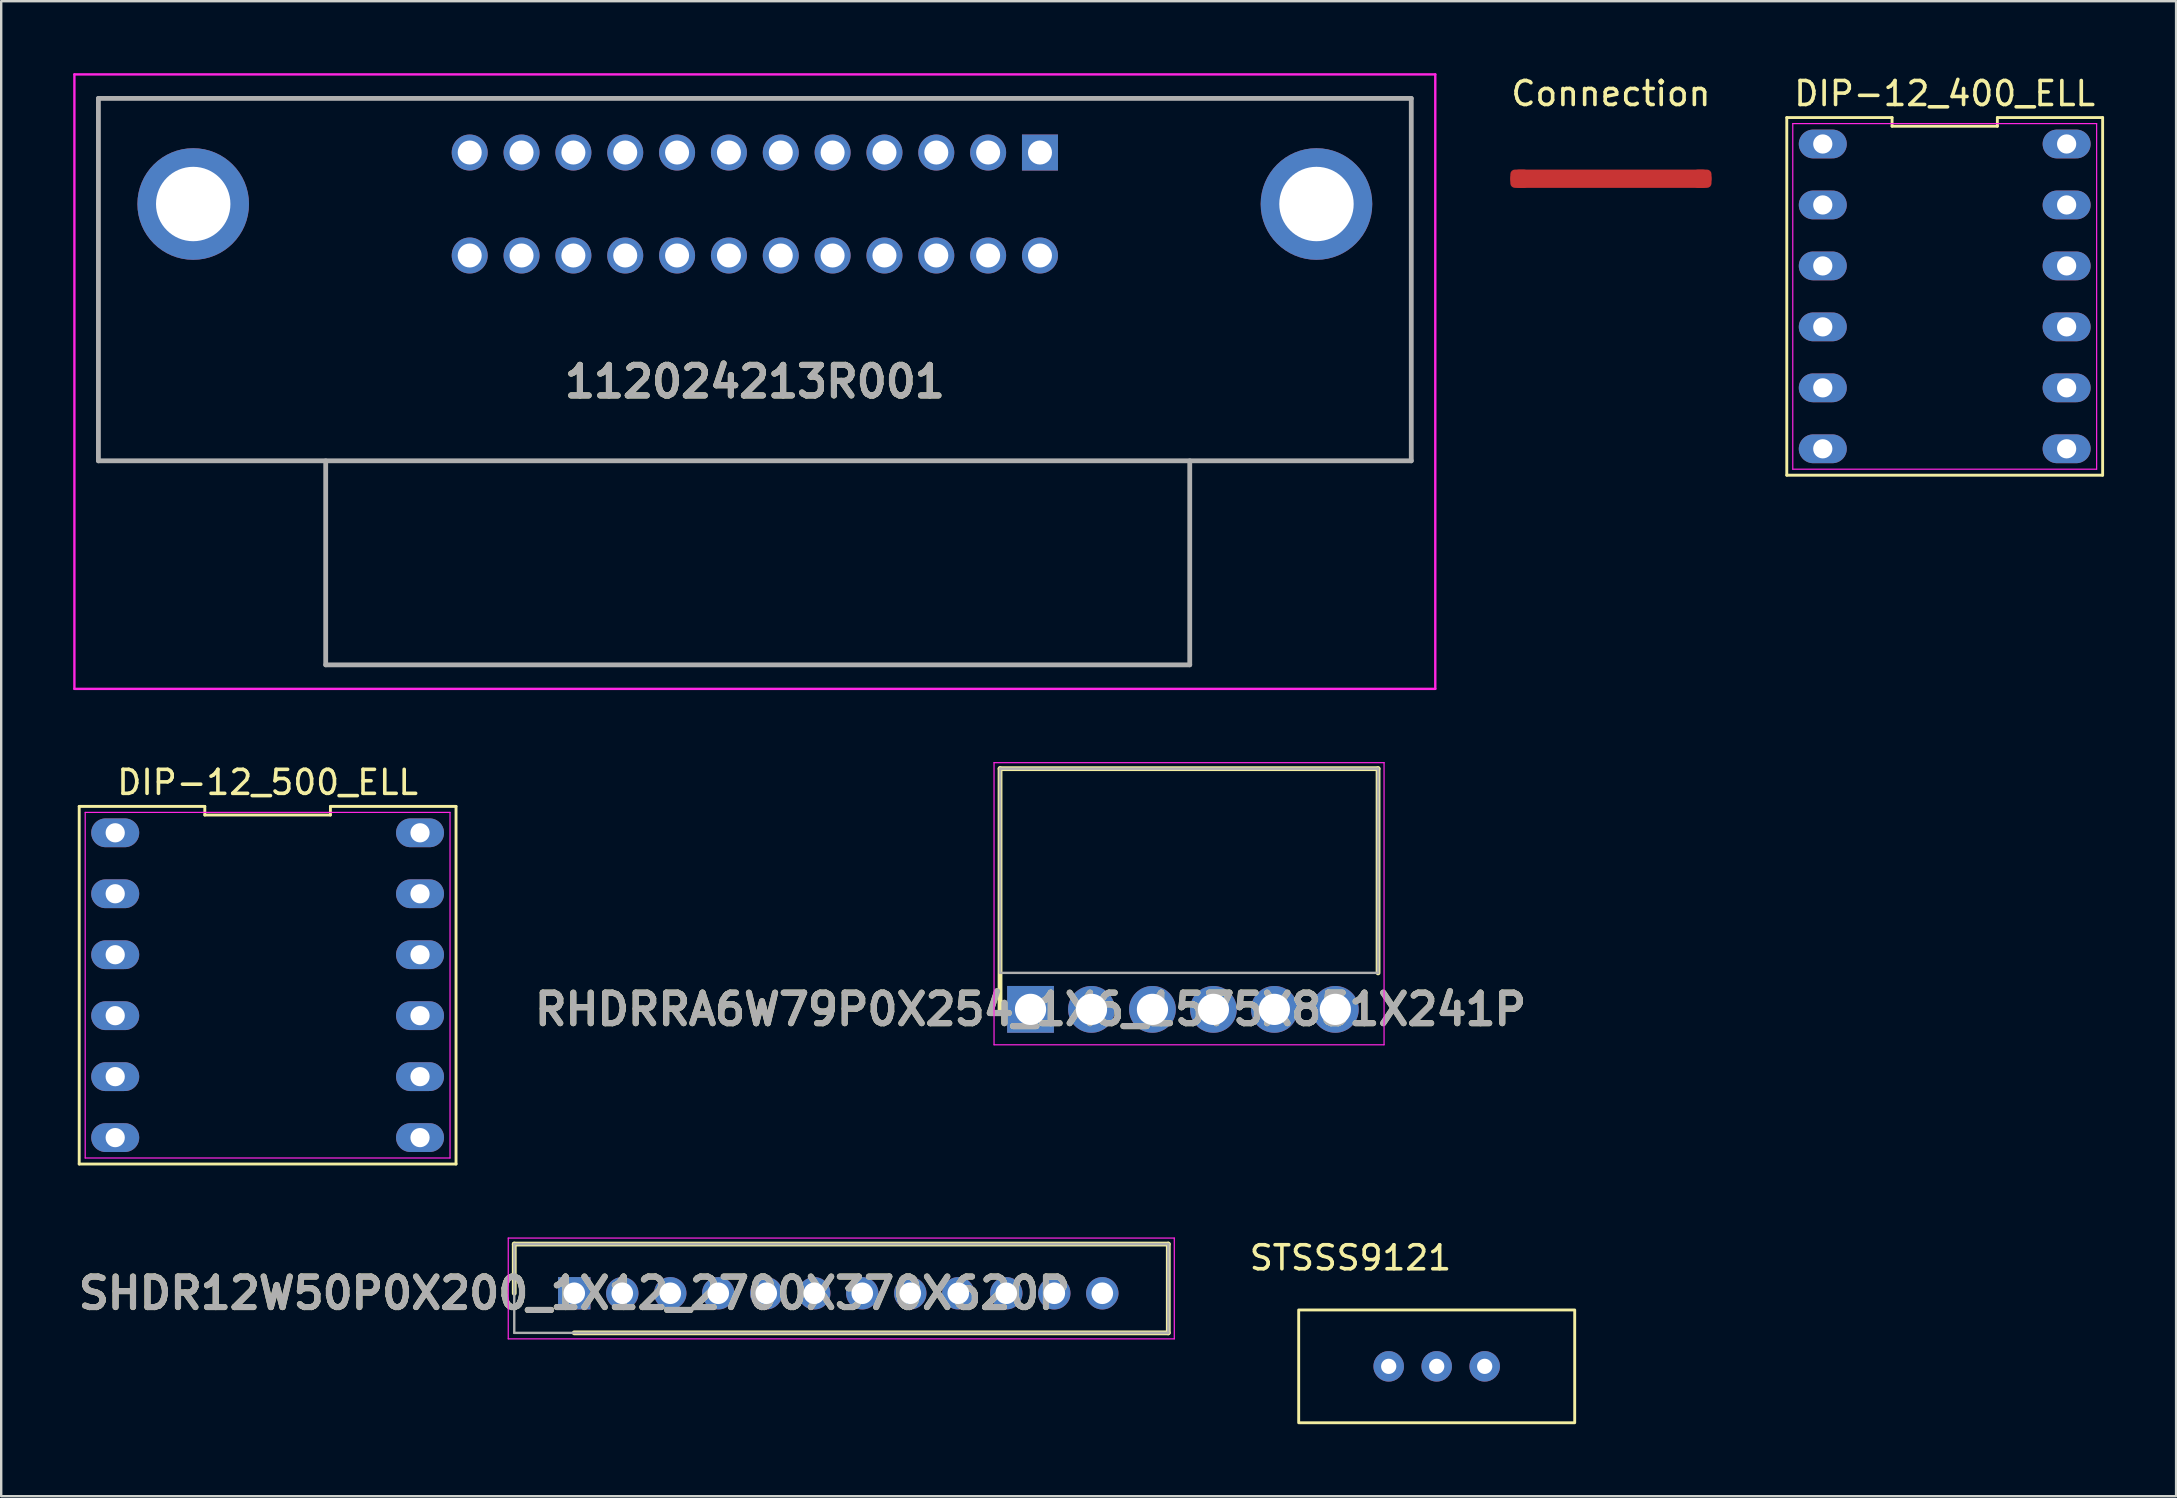
<source format=kicad_pcb>
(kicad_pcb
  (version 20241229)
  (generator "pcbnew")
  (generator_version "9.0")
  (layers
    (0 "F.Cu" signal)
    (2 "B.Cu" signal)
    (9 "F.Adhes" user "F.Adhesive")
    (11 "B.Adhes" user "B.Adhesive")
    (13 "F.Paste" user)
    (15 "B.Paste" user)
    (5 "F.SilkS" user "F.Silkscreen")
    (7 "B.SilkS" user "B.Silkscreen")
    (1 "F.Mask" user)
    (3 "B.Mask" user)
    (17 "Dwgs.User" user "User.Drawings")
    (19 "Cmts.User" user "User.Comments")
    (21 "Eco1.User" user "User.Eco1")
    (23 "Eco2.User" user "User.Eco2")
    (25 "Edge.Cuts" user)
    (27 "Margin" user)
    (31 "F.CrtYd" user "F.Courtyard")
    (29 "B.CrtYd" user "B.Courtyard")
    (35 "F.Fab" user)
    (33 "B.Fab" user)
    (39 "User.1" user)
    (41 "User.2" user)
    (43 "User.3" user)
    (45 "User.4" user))
  (footprint "DIP-12_400_ELL"
    (layer "F.Cu")
    (at 78.966 8.308)
    (property "Reference" "DIP-12_400_ELL" (at -0.991 -7.459 0) (layer "F.SilkS") (effects (font (size 1 1) (thickness 0.15))))
    (fp_line (start -7.571 -6.459) (end -7.571 8.441) (stroke (width 0.12) (type solid)) (layer "F.SilkS"))
    (fp_line (start -7.571 8.441) (end 5.589 8.441) (stroke (width 0.12) (type solid)) (layer "F.SilkS"))
    (fp_line (start -3.184 -6.459) (end -7.571 -6.459) (stroke (width 0.12) (type solid)) (layer "F.SilkS"))
    (fp_line (start -3.184 -6.099) (end -3.184 -6.459) (stroke (width 0.12) (type solid)) (layer "F.SilkS"))
    (fp_line (start 1.203 -6.459) (end 1.203 -6.099) (stroke (width 0.12) (type solid)) (layer "F.SilkS"))
    (fp_line (start 1.203 -6.099) (end -3.184 -6.099) (stroke (width 0.12) (type solid)) (layer "F.SilkS"))
    (fp_line (start 5.589 -6.459) (end 1.203 -6.459) (stroke (width 0.12) (type solid)) (layer "F.SilkS"))
    (fp_line (start 5.589 8.441) (end 5.589 -6.459) (stroke (width 0.12) (type solid)) (layer "F.SilkS"))
    (fp_line (start -7.321 -6.209) (end 5.339 -6.209) (stroke (width 0.05) (type solid)) (layer "F.CrtYd"))
    (fp_line (start -7.321 8.191) (end -7.321 -6.209) (stroke (width 0.05) (type solid)) (layer "F.CrtYd"))
    (fp_line (start 5.339 -6.209) (end 5.339 8.191) (stroke (width 0.05) (type solid)) (layer "F.CrtYd"))
    (fp_line (start 5.339 8.191) (end -7.321 8.191) (stroke (width 0.05) (type solid)) (layer "F.CrtYd"))
    (pad "1" thru_hole oval (at -6.071 -5.359 270) (size 1.2 2) (drill 0.8) (layers "*.Cu" "*.Mask"))
    (pad "2" thru_hole oval (at -6.071 -2.819 270) (size 1.2 2) (drill 0.8) (layers "*.Cu" "*.Mask"))
    (pad "3" thru_hole oval (at -6.071 -0.279 270) (size 1.2 2) (drill 0.8) (layers "*.Cu" "*.Mask"))
    (pad "4" thru_hole oval (at -6.071 2.261 270) (size 1.2 2) (drill 0.8) (layers "*.Cu" "*.Mask"))
    (pad "5" thru_hole oval (at -6.071 4.801 270) (size 1.2 2) (drill 0.8) (layers "*.Cu" "*.Mask"))
    (pad "6" thru_hole oval (at -6.071 7.341 270) (size 1.2 2) (drill 0.8) (layers "*.Cu" "*.Mask"))
    (pad "7" thru_hole oval (at 4.089 7.341 270) (size 1.2 2) (drill 0.8) (layers "*.Cu" "*.Mask"))
    (pad "8" thru_hole oval (at 4.089 4.801 270) (size 1.2 2) (drill 0.8) (layers "*.Cu" "*.Mask"))
    (pad "9" thru_hole oval (at 4.089 2.261 270) (size 1.2 2) (drill 0.8) (layers "*.Cu" "*.Mask"))
    (pad "10" thru_hole oval (at 4.089 -0.279 270) (size 1.2 2) (drill 0.8) (layers "*.Cu" "*.Mask"))
    (pad "11" thru_hole oval (at 4.089 -2.819 270) (size 1.2 2) (drill 0.8) (layers "*.Cu" "*.Mask"))
    (pad "12" thru_hole oval (at 4.089 -5.359 270) (size 1.2 2) (drill 0.8) (layers "*.Cu" "*.Mask")))
  (footprint "STSSS9121"
    (layer "F.Cu")
    (at 54.809 53.878)
    (property "Reference" "STSSS9121" (at -1.592 -4.521 0) (unlocked yes) (layer "F.SilkS") (effects (font (size 1 1) (thickness 0.15))))
    (attr through_hole)
    (fp_rect (start -3.75 -2.35) (end 7.75 2.35) (stroke (width 0.12) (type solid)) (fill no) (layer "F.SilkS"))
    (pad "1" thru_hole circle (at 0 0) (size 1.27 1.27) (drill 0.635) (layers "*.Cu" "*.Mask"))
    (pad "2" thru_hole circle (at 2 0) (size 1.27 1.27) (drill 0.635) (layers "*.Cu" "*.Mask"))
    (pad "3" thru_hole circle (at 4 0) (size 1.27 1.27) (drill 0.635) (layers "*.Cu" "*.Mask")))
  (footprint "RHDRRA6W79P0X254_1X6_1575X851X241P"
    (layer "F.Cu")
    (at 39.886 39.005)
    (property "Reference" "RHDRRA6W79P0X254_1X6_1575X851X241P" (at 0 0 0) (layer "F.SilkS") (effects (font (size 1.27 1.27) (thickness 0.254))))
    (attr through_hole)
    (fp_line (start -1.27 -10.03) (end 14.48 -10.03) (stroke (width 0.2) (type solid)) (layer "F.SilkS"))
    (fp_line (start -1.27 0) (end -1.27 -10.03) (stroke (width 0.2) (type solid)) (layer "F.SilkS"))
    (fp_line (start 14.48 -10.03) (end 14.48 -1.52) (stroke (width 0.2) (type solid)) (layer "F.SilkS"))
    (fp_line (start -1.52 -10.28) (end -1.52 1.475) (stroke (width 0.05) (type solid)) (layer "F.CrtYd"))
    (fp_line (start -1.52 1.475) (end 14.73 1.475) (stroke (width 0.05) (type solid)) (layer "F.CrtYd"))
    (fp_line (start 14.73 -10.28) (end -1.52 -10.28) (stroke (width 0.05) (type solid)) (layer "F.CrtYd"))
    (fp_line (start 14.73 1.475) (end 14.73 -10.28) (stroke (width 0.05) (type solid)) (layer "F.CrtYd"))
    (fp_line (start -1.27 -10.03) (end 14.48 -10.03) (stroke (width 0.1) (type solid)) (layer "F.Fab"))
    (fp_line (start -1.27 -1.52) (end -1.27 -10.03) (stroke (width 0.1) (type solid)) (layer "F.Fab"))
    (fp_line (start 14.48 -10.03) (end 14.48 -1.52) (stroke (width 0.1) (type solid)) (layer "F.Fab"))
    (fp_line (start 14.48 -1.52) (end -1.27 -1.52) (stroke (width 0.1) (type solid)) (layer "F.Fab"))
    (fp_text user "${REFERENCE}" (at 0 0 0) (layer "F.Fab") (effects (font (size 1.27 1.27) (thickness 0.254))))
    (pad "1" thru_hole rect (at 0 0) (size 1.95 1.95) (drill 1.3) (layers "*.Cu" "*.Mask"))
    (pad "2" thru_hole circle (at 2.54 0) (size 1.95 1.95) (drill 1.3) (layers "*.Cu" "*.Mask"))
    (pad "3" thru_hole circle (at 5.08 0) (size 1.95 1.95) (drill 1.3) (layers "*.Cu" "*.Mask"))
    (pad "4" thru_hole circle (at 7.62 0) (size 1.95 1.95) (drill 1.3) (layers "*.Cu" "*.Mask"))
    (pad "5" thru_hole circle (at 10.16 0) (size 1.95 1.95) (drill 1.3) (layers "*.Cu" "*.Mask"))
    (pad "6" thru_hole circle (at 12.7 0) (size 1.95 1.95) (drill 1.3) (layers "*.Cu" "*.Mask")))
  (footprint "Connection"
    (layer "F.Cu")
    (at 64.068 1.348)
    (property "Reference" "Connection" (at 0 -0.5 0) (unlocked yes) (layer "F.SilkS") (effects (font (size 1 1) (thickness 0.15))))
    (attr smd)
    (fp_line (start -3.81 3.048) (end 3.81 3.048) (stroke (width 0.762) (type solid)) (layer "F.Cu"))
    (pad "1" smd roundrect (at -3.81 3.048) (size 0.762 0.762) (layers "F.Cu") (roundrect_rratio 0.25))
    (pad "2" smd roundrect (at 3.81 3.048) (size 0.762 0.762) (layers "F.Cu") (roundrect_rratio 0.25)))
  (footprint "112024213R001"
    (layer "F.Cu")
    (at 16.52 3.305)
    (property "Reference" "112024213R001" (at 11.88 9.545 0) (layer "F.SilkS") (effects (font (size 1.27 1.27) (thickness 0.254))))
    (attr through_hole)
    (fp_line (start -15.47 -2.255) (end -15.47 12.845) (stroke (width 0.1) (type solid)) (layer "F.SilkS"))
    (fp_line (start -15.47 12.845) (end 39.23 12.845) (stroke (width 0.1) (type solid)) (layer "F.SilkS"))
    (fp_line (start -6 21.345) (end -6 12.845) (stroke (width 0.1) (type solid)) (layer "F.SilkS"))
    (fp_line (start 30 12.845) (end 30 21.345) (stroke (width 0.1) (type solid)) (layer "F.SilkS"))
    (fp_line (start 30 21.345) (end -6 21.345) (stroke (width 0.1) (type solid)) (layer "F.SilkS"))
    (fp_line (start 39.23 -2.255) (end -15.47 -2.255) (stroke (width 0.1) (type solid)) (layer "F.SilkS"))
    (fp_line (start 39.23 12.845) (end 39.23 -2.255) (stroke (width 0.1) (type solid)) (layer "F.SilkS"))
    (fp_line (start -16.47 -3.255) (end 40.23 -3.255) (stroke (width 0.1) (type solid)) (layer "F.CrtYd"))
    (fp_line (start -16.47 22.345) (end -16.47 -3.255) (stroke (width 0.1) (type solid)) (layer "F.CrtYd"))
    (fp_line (start 40.23 -3.255) (end 40.23 22.345) (stroke (width 0.1) (type solid)) (layer "F.CrtYd"))
    (fp_line (start 40.23 22.345) (end -16.47 22.345) (stroke (width 0.1) (type solid)) (layer "F.CrtYd"))
    (fp_line (start -15.47 -2.255) (end -15.47 12.845) (stroke (width 0.2) (type solid)) (layer "F.Fab"))
    (fp_line (start -15.47 12.845) (end 39.23 12.845) (stroke (width 0.2) (type solid)) (layer "F.Fab"))
    (fp_line (start -6 21.345) (end -6 12.845) (stroke (width 0.2) (type solid)) (layer "F.Fab"))
    (fp_line (start 30 12.845) (end 30 21.345) (stroke (width 0.2) (type solid)) (layer "F.Fab"))
    (fp_line (start 30 21.345) (end -6 21.345) (stroke (width 0.2) (type solid)) (layer "F.Fab"))
    (fp_line (start 39.23 -2.255) (end -15.47 -2.255) (stroke (width 0.2) (type solid)) (layer "F.Fab"))
    (fp_line (start 39.23 12.845) (end 39.23 -2.255) (stroke (width 0.2) (type solid)) (layer "F.Fab"))
    (fp_text user "${REFERENCE}" (at 11.88 9.545 0) (layer "F.Fab") (effects (font (size 1.27 1.27) (thickness 0.254))))
    (pad "1" thru_hole rect (at 23.76 0) (size 1.5 1.5) (drill 1) (layers "*.Cu" "*.Mask"))
    (pad "2" thru_hole circle (at 21.6 0) (size 1.5 1.5) (drill 1) (layers "*.Cu" "*.Mask"))
    (pad "3" thru_hole circle (at 19.44 0) (size 1.5 1.5) (drill 1) (layers "*.Cu" "*.Mask"))
    (pad "4" thru_hole circle (at 17.28 0) (size 1.5 1.5) (drill 1) (layers "*.Cu" "*.Mask"))
    (pad "5" thru_hole circle (at 15.12 0) (size 1.5 1.5) (drill 1) (layers "*.Cu" "*.Mask"))
    (pad "6" thru_hole circle (at 12.96 0) (size 1.5 1.5) (drill 1) (layers "*.Cu" "*.Mask"))
    (pad "7" thru_hole circle (at 10.8 0) (size 1.5 1.5) (drill 1) (layers "*.Cu" "*.Mask"))
    (pad "8" thru_hole circle (at 8.64 0) (size 1.5 1.5) (drill 1) (layers "*.Cu" "*.Mask"))
    (pad "9" thru_hole circle (at 6.48 0) (size 1.5 1.5) (drill 1) (layers "*.Cu" "*.Mask"))
    (pad "10" thru_hole circle (at 4.32 0) (size 1.5 1.5) (drill 1) (layers "*.Cu" "*.Mask"))
    (pad "11" thru_hole circle (at 2.16 0) (size 1.5 1.5) (drill 1) (layers "*.Cu" "*.Mask"))
    (pad "12" thru_hole circle (at 0 0) (size 1.5 1.5) (drill 1) (layers "*.Cu" "*.Mask"))
    (pad "13" thru_hole circle (at 23.76 4.29) (size 1.5 1.5) (drill 1) (layers "*.Cu" "*.Mask"))
    (pad "14" thru_hole circle (at 21.6 4.29) (size 1.5 1.5) (drill 1) (layers "*.Cu" "*.Mask"))
    (pad "15" thru_hole circle (at 19.44 4.29) (size 1.5 1.5) (drill 1) (layers "*.Cu" "*.Mask"))
    (pad "16" thru_hole circle (at 17.28 4.29) (size 1.5 1.5) (drill 1) (layers "*.Cu" "*.Mask"))
    (pad "17" thru_hole circle (at 15.12 4.29) (size 1.5 1.5) (drill 1) (layers "*.Cu" "*.Mask"))
    (pad "18" thru_hole circle (at 12.96 4.29) (size 1.5 1.5) (drill 1) (layers "*.Cu" "*.Mask"))
    (pad "19" thru_hole circle (at 10.8 4.29) (size 1.5 1.5) (drill 1) (layers "*.Cu" "*.Mask"))
    (pad "20" thru_hole circle (at 8.64 4.29) (size 1.5 1.5) (drill 1) (layers "*.Cu" "*.Mask"))
    (pad "21" thru_hole circle (at 6.48 4.29) (size 1.5 1.5) (drill 1) (layers "*.Cu" "*.Mask"))
    (pad "22" thru_hole circle (at 4.32 4.29) (size 1.5 1.5) (drill 1) (layers "*.Cu" "*.Mask"))
    (pad "23" thru_hole circle (at 2.16 4.29) (size 1.5 1.5) (drill 1) (layers "*.Cu" "*.Mask"))
    (pad "24" thru_hole circle (at 0 4.29) (size 1.5 1.5) (drill 1) (layers "*.Cu" "*.Mask"))
    (pad "MH1" thru_hole circle (at -11.52 2.145) (size 4.65 4.65) (drill 3.1) (layers "*.Cu" "*.Mask"))
    (pad "MH2" thru_hole circle (at 35.28 2.145) (size 4.65 4.65) (drill 3.1) (layers "*.Cu" "*.Mask")))
  (footprint "DIP-12_500_ELL"
    (layer "F.Cu")
    (at 0.25 30.548)
    (property "Reference" "DIP-12_500_ELL" (at 7.85 -1 0) (layer "F.SilkS") (effects (font (size 1 1) (thickness 0.15))))
    (fp_line (start 0 0) (end 0 14.9) (stroke (width 0.12) (type solid)) (layer "F.SilkS"))
    (fp_line (start 0 14.9) (end 15.7 14.9) (stroke (width 0.12) (type solid)) (layer "F.SilkS"))
    (fp_line (start 5.233 0) (end 0 0) (stroke (width 0.12) (type solid)) (layer "F.SilkS"))
    (fp_line (start 5.233 0.36) (end 5.233 0) (stroke (width 0.12) (type solid)) (layer "F.SilkS"))
    (fp_line (start 10.467 0) (end 10.467 0.36) (stroke (width 0.12) (type solid)) (layer "F.SilkS"))
    (fp_line (start 10.467 0.36) (end 5.233 0.36) (stroke (width 0.12) (type solid)) (layer "F.SilkS"))
    (fp_line (start 15.7 0.000001) (end 10.467 0) (stroke (width 0.12) (type solid)) (layer "F.SilkS"))
    (fp_line (start 15.7 14.9) (end 15.7 0.000001) (stroke (width 0.12) (type solid)) (layer "F.SilkS"))
    (fp_line (start 0.25 0.25) (end 15.45 0.25) (stroke (width 0.05) (type solid)) (layer "F.CrtYd"))
    (fp_line (start 0.25 14.65) (end 0.25 0.25) (stroke (width 0.05) (type solid)) (layer "F.CrtYd"))
    (fp_line (start 15.45 0.25) (end 15.45 14.65) (stroke (width 0.05) (type solid)) (layer "F.CrtYd"))
    (fp_line (start 15.45 14.65) (end 0.25 14.65) (stroke (width 0.05) (type solid)) (layer "F.CrtYd"))
    (pad "1" thru_hole oval (at 1.5 1.1 270) (size 1.2 2) (drill 0.8) (layers "*.Cu" "*.Mask"))
    (pad "2" thru_hole oval (at 1.5 3.64 270) (size 1.2 2) (drill 0.8) (layers "*.Cu" "*.Mask"))
    (pad "3" thru_hole oval (at 1.5 6.18 270) (size 1.2 2) (drill 0.8) (layers "*.Cu" "*.Mask"))
    (pad "4" thru_hole oval (at 1.5 8.72 270) (size 1.2 2) (drill 0.8) (layers "*.Cu" "*.Mask"))
    (pad "5" thru_hole oval (at 1.5 11.26 270) (size 1.2 2) (drill 0.8) (layers "*.Cu" "*.Mask"))
    (pad "6" thru_hole oval (at 1.5 13.8 270) (size 1.2 2) (drill 0.8) (layers "*.Cu" "*.Mask"))
    (pad "7" thru_hole oval (at 14.2 13.8 270) (size 1.2 2) (drill 0.8) (layers "*.Cu" "*.Mask"))
    (pad "8" thru_hole oval (at 14.2 11.26 270) (size 1.2 2) (drill 0.8) (layers "*.Cu" "*.Mask"))
    (pad "9" thru_hole oval (at 14.2 8.72 270) (size 1.2 2) (drill 0.8) (layers "*.Cu" "*.Mask"))
    (pad "10" thru_hole oval (at 14.2 6.18 270) (size 1.2 2) (drill 0.8) (layers "*.Cu" "*.Mask"))
    (pad "11" thru_hole oval (at 14.2 3.64 270) (size 1.2 2) (drill 0.8) (layers "*.Cu" "*.Mask"))
    (pad "12" thru_hole oval (at 14.2 1.1 270) (size 1.2 2) (drill 0.8) (layers "*.Cu" "*.Mask")))
  (footprint "SHDR12W50P0X200_1X12_2700X370X620P"
    (layer "F.Cu")
    (at 20.876 50.833)
    (property "Reference" "SHDR12W50P0X200_1X12_2700X370X620P" (at 0 0 0) (layer "F.SilkS") (effects (font (size 1.27 1.27) (thickness 0.254))))
    (attr through_hole)
    (fp_line (start -2.5 -2.05) (end -2.5 0) (stroke (width 0.2) (type solid)) (layer "F.SilkS"))
    (fp_line (start 0 1.65) (end 24.75 1.65) (stroke (width 0.2) (type solid)) (layer "F.SilkS"))
    (fp_line (start 24.75 -2.05) (end -2.5 -2.05) (stroke (width 0.2) (type solid)) (layer "F.SilkS"))
    (fp_line (start 24.75 1.65) (end 24.75 -2.05) (stroke (width 0.2) (type solid)) (layer "F.SilkS"))
    (fp_line (start -2.75 -2.3) (end 25 -2.3) (stroke (width 0.05) (type solid)) (layer "F.CrtYd"))
    (fp_line (start -2.75 1.9) (end -2.75 -2.3) (stroke (width 0.05) (type solid)) (layer "F.CrtYd"))
    (fp_line (start 25 -2.3) (end 25 1.9) (stroke (width 0.05) (type solid)) (layer "F.CrtYd"))
    (fp_line (start 25 1.9) (end -2.75 1.9) (stroke (width 0.05) (type solid)) (layer "F.CrtYd"))
    (fp_line (start -2.5 -2.05) (end 24.75 -2.05) (stroke (width 0.1) (type solid)) (layer "F.Fab"))
    (fp_line (start -2.5 1.65) (end -2.5 -2.05) (stroke (width 0.1) (type solid)) (layer "F.Fab"))
    (fp_line (start 24.75 -2.05) (end 24.75 1.65) (stroke (width 0.1) (type solid)) (layer "F.Fab"))
    (fp_line (start 24.75 1.65) (end -2.5 1.65) (stroke (width 0.1) (type solid)) (layer "F.Fab"))
    (fp_text user "${REFERENCE}" (at 0 0 0) (layer "F.Fab") (effects (font (size 1.27 1.27) (thickness 0.254))))
    (pad "1" thru_hole rect (at 0 0) (size 1.35 1.35) (drill 0.9) (layers "*.Cu" "*.Mask"))
    (pad "2" thru_hole circle (at 2 0) (size 1.35 1.35) (drill 0.9) (layers "*.Cu" "*.Mask"))
    (pad "3" thru_hole circle (at 4 0) (size 1.35 1.35) (drill 0.9) (layers "*.Cu" "*.Mask"))
    (pad "4" thru_hole circle (at 6 0) (size 1.35 1.35) (drill 0.9) (layers "*.Cu" "*.Mask"))
    (pad "5" thru_hole circle (at 8 0) (size 1.35 1.35) (drill 0.9) (layers "*.Cu" "*.Mask"))
    (pad "6" thru_hole circle (at 10 0) (size 1.35 1.35) (drill 0.9) (layers "*.Cu" "*.Mask"))
    (pad "7" thru_hole circle (at 12 0) (size 1.35 1.35) (drill 0.9) (layers "*.Cu" "*.Mask"))
    (pad "8" thru_hole circle (at 14 0) (size 1.35 1.35) (drill 0.9) (layers "*.Cu" "*.Mask"))
    (pad "9" thru_hole circle (at 16 0) (size 1.35 1.35) (drill 0.9) (layers "*.Cu" "*.Mask"))
    (pad "10" thru_hole circle (at 18 0) (size 1.35 1.35) (drill 0.9) (layers "*.Cu" "*.Mask"))
    (pad "11" thru_hole circle (at 20 0) (size 1.35 1.35) (drill 0.9) (layers "*.Cu" "*.Mask"))
    (pad "12" thru_hole circle (at 22 0) (size 1.35 1.35) (drill 0.9) (layers "*.Cu" "*.Mask")))
  (gr_rect
    (start -3 -3)
    (end 87.616 59.288)
    (stroke (width 0.1) (type default))
    (fill no)
    (layer "Edge.Cuts")))
</source>
